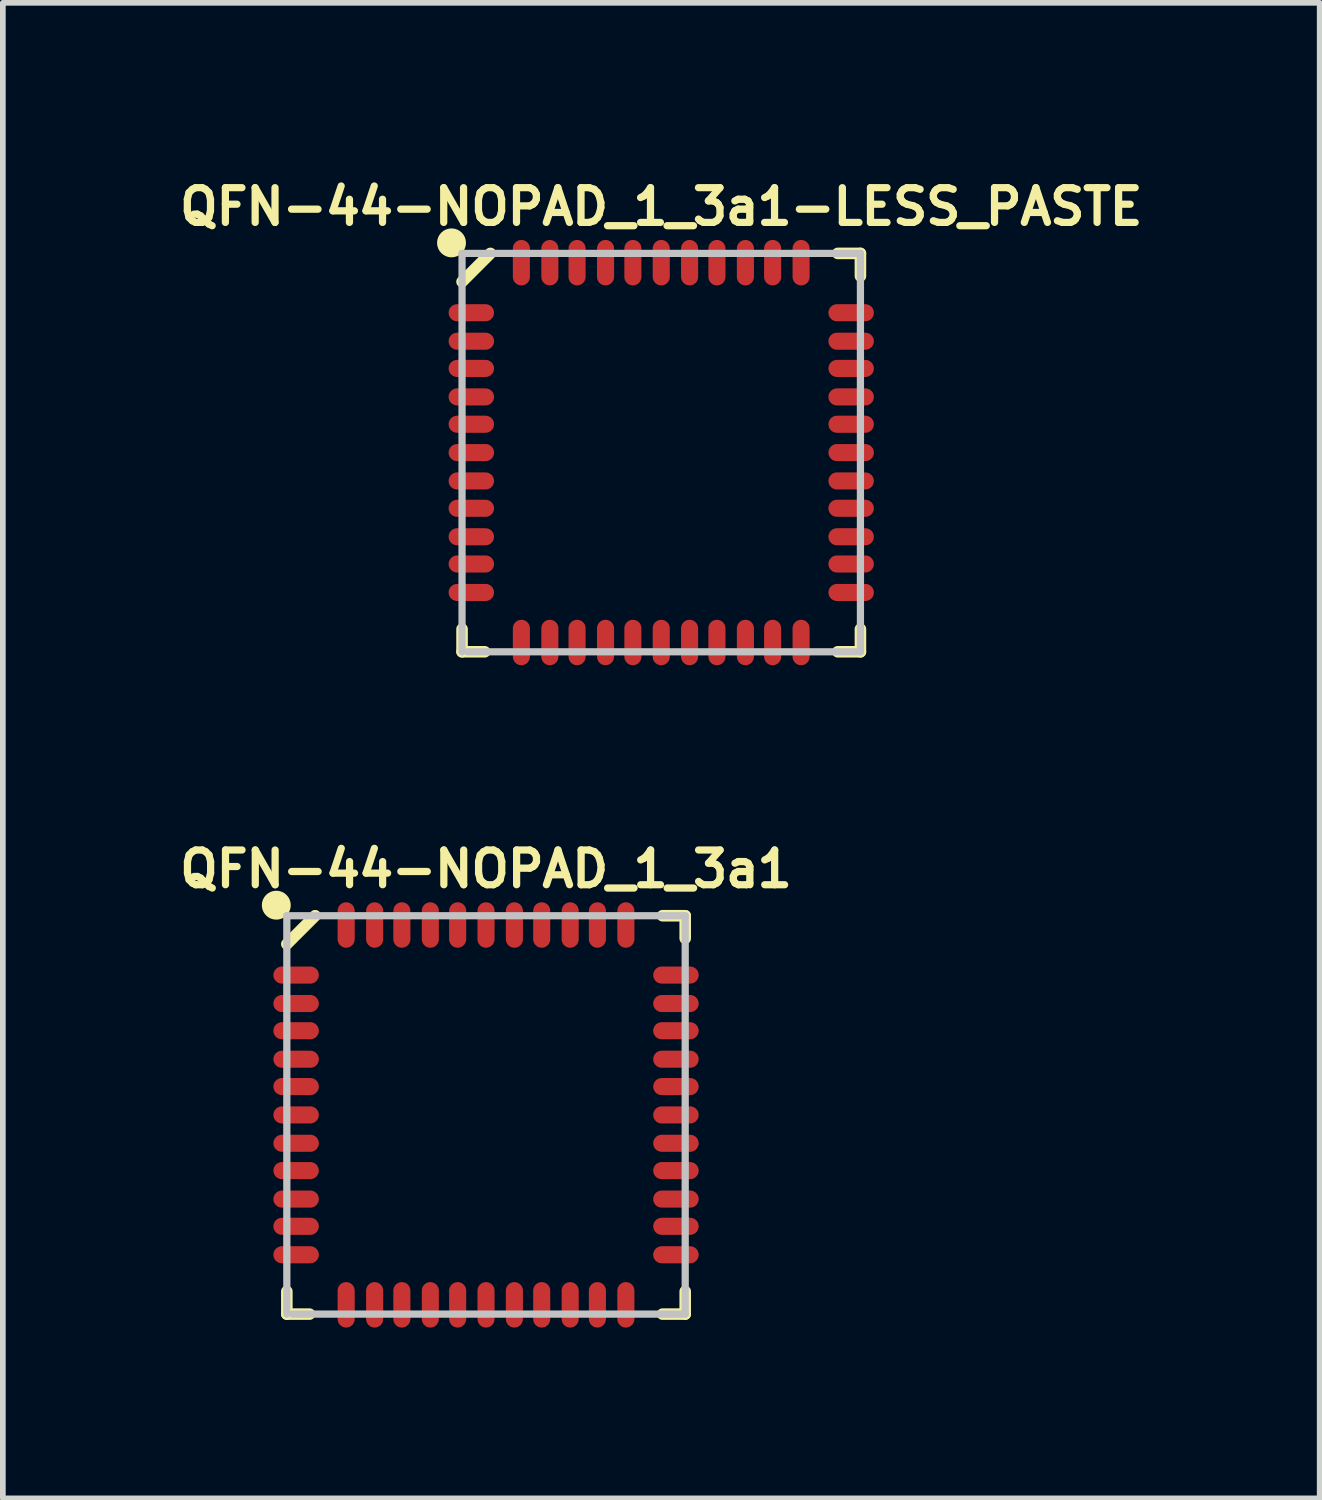
<source format=kicad_pcb>
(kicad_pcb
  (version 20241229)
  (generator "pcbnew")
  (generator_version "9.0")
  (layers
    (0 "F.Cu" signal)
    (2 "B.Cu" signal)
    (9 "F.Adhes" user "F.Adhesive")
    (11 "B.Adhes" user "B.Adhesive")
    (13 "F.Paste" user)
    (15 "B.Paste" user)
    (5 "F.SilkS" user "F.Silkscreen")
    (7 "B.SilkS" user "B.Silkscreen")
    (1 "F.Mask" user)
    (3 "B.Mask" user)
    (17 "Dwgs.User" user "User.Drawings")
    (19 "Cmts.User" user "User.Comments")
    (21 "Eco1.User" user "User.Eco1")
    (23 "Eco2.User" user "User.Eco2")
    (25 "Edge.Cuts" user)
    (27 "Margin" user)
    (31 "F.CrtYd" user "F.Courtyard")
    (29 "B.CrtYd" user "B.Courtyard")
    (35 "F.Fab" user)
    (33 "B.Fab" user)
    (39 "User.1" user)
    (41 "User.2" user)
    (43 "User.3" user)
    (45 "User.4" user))
  (footprint "QFN-44-NOPAD_1_3a1-LESS_PASTE"
    (layer "F.Cu")
    (at 8.562 4.898)
    (property "Reference" "QFN-44-NOPAD_1_3a1-LESS_PASTE" (at 0 -4.318 0) (layer "F.SilkS") (effects (font (size 0.61 0.61) (thickness 0.127))))
    (attr smd)
    (fp_line (start -3.498 3.498) (end -3.498 3.099) (stroke (width 0.203) (type solid)) (layer "F.SilkS"))
    (fp_line (start -3.099 3.498) (end -3.498 3.498) (stroke (width 0.203) (type solid)) (layer "F.SilkS"))
    (fp_line (start -3 -3.498) (end -3.498 -3) (stroke (width 0.203) (type solid)) (layer "F.SilkS"))
    (fp_line (start 3.099 3.498) (end 3.498 3.498) (stroke (width 0.203) (type solid)) (layer "F.SilkS"))
    (fp_line (start 3.498 -3.498) (end 3.099 -3.498) (stroke (width 0.203) (type solid)) (layer "F.SilkS"))
    (fp_line (start 3.498 -3.099) (end 3.498 -3.498) (stroke (width 0.203) (type solid)) (layer "F.SilkS"))
    (fp_line (start 3.498 3.099) (end 3.498 3.498) (stroke (width 0.203) (type solid)) (layer "F.SilkS"))
    (fp_circle (center -3.683 -3.683) (end -3.556 -3.683) (stroke (width 0.254) (type solid)) (fill no) (layer "F.SilkS"))
    (fp_line (start -3.498 -3.498) (end -3.498 3.498) (stroke (width 0.127) (type solid)) (layer "Dwgs.User"))
    (fp_line (start -3.399 3.498) (end 3.498 3.498) (stroke (width 0.127) (type solid)) (layer "Dwgs.User"))
    (fp_line (start 3.498 -3.498) (end -3.498 -3.498) (stroke (width 0.127) (type solid)) (layer "Dwgs.User"))
    (fp_line (start 3.498 3.498) (end 3.498 -3.498) (stroke (width 0.127) (type solid)) (layer "Dwgs.User"))
    (pad "1" smd oval (at -3.335 -2.456 180) (size 0.798 0.3) (layers "F.Cu" "F.Mask" "F.Paste"))
    (pad "2" smd oval (at -3.335 -1.956 180) (size 0.798 0.3) (layers "F.Cu" "F.Mask" "F.Paste"))
    (pad "3" smd oval (at -3.335 -1.478 180) (size 0.798 0.3) (layers "F.Cu" "F.Mask" "F.Paste"))
    (pad "4" smd oval (at -3.335 -0.978 180) (size 0.798 0.3) (layers "F.Cu" "F.Mask" "F.Paste"))
    (pad "5" smd oval (at -3.335 -0.498 180) (size 0.798 0.3) (layers "F.Cu" "F.Mask" "F.Paste"))
    (pad "6" smd oval (at -3.335 0 180) (size 0.798 0.3) (layers "F.Cu" "F.Mask" "F.Paste"))
    (pad "7" smd oval (at -3.335 0.498) (size 0.798 0.3) (layers "F.Cu" "F.Mask" "F.Paste"))
    (pad "8" smd oval (at -3.335 0.978) (size 0.798 0.3) (layers "F.Cu" "F.Mask" "F.Paste"))
    (pad "9" smd oval (at -3.335 1.478) (size 0.798 0.3) (layers "F.Cu" "F.Mask" "F.Paste"))
    (pad "10" smd oval (at -3.335 1.956) (size 0.798 0.3) (layers "F.Cu" "F.Mask" "F.Paste"))
    (pad "11" smd oval (at -3.335 2.456) (size 0.798 0.3) (layers "F.Cu" "F.Mask" "F.Paste"))
    (pad "12" smd oval (at -2.456 3.335 270) (size 0.798 0.3) (layers "F.Cu" "F.Mask" "F.Paste"))
    (pad "13" smd oval (at -1.956 3.335 270) (size 0.798 0.3) (layers "F.Cu" "F.Mask" "F.Paste"))
    (pad "14" smd oval (at -1.478 3.335 270) (size 0.798 0.3) (layers "F.Cu" "F.Mask" "F.Paste"))
    (pad "15" smd oval (at -0.978 3.335 270) (size 0.798 0.3) (layers "F.Cu" "F.Mask" "F.Paste"))
    (pad "16" smd oval (at -0.498 3.335 270) (size 0.798 0.3) (layers "F.Cu" "F.Mask" "F.Paste"))
    (pad "17" smd oval (at 0 3.335 270) (size 0.798 0.3) (layers "F.Cu" "F.Mask" "F.Paste"))
    (pad "18" smd oval (at 0.498 3.335 90) (size 0.798 0.3) (layers "F.Cu" "F.Mask" "F.Paste"))
    (pad "19" smd oval (at 0.978 3.335 90) (size 0.798 0.3) (layers "F.Cu" "F.Mask" "F.Paste"))
    (pad "20" smd oval (at 1.478 3.335 90) (size 0.798 0.3) (layers "F.Cu" "F.Mask" "F.Paste"))
    (pad "21" smd oval (at 1.956 3.335 90) (size 0.798 0.3) (layers "F.Cu" "F.Mask" "F.Paste"))
    (pad "22" smd oval (at 2.456 3.335 90) (size 0.798 0.3) (layers "F.Cu" "F.Mask" "F.Paste"))
    (pad "23" smd oval (at 3.335 2.456) (size 0.798 0.3) (layers "F.Cu" "F.Mask" "F.Paste"))
    (pad "24" smd oval (at 3.335 1.956) (size 0.798 0.3) (layers "F.Cu" "F.Mask" "F.Paste"))
    (pad "25" smd oval (at 3.335 1.478) (size 0.798 0.3) (layers "F.Cu" "F.Mask" "F.Paste"))
    (pad "26" smd oval (at 3.335 0.978) (size 0.798 0.3) (layers "F.Cu" "F.Mask" "F.Paste"))
    (pad "27" smd oval (at 3.335 0.498) (size 0.798 0.3) (layers "F.Cu" "F.Mask" "F.Paste"))
    (pad "28" smd oval (at 3.335 0) (size 0.798 0.3) (layers "F.Cu" "F.Mask" "F.Paste"))
    (pad "29" smd oval (at 3.335 -0.498 180) (size 0.798 0.3) (layers "F.Cu" "F.Mask" "F.Paste"))
    (pad "30" smd oval (at 3.335 -0.978 180) (size 0.798 0.3) (layers "F.Cu" "F.Mask" "F.Paste"))
    (pad "31" smd oval (at 3.335 -1.478 180) (size 0.798 0.3) (layers "F.Cu" "F.Mask" "F.Paste"))
    (pad "32" smd oval (at 3.335 -1.956 180) (size 0.798 0.3) (layers "F.Cu" "F.Mask" "F.Paste"))
    (pad "33" smd oval (at 3.335 -2.456 180) (size 0.798 0.3) (layers "F.Cu" "F.Mask" "F.Paste"))
    (pad "34" smd oval (at 2.456 -3.335 90) (size 0.798 0.3) (layers "F.Cu" "F.Mask" "F.Paste"))
    (pad "35" smd oval (at 1.956 -3.335 90) (size 0.798 0.3) (layers "F.Cu" "F.Mask" "F.Paste"))
    (pad "36" smd oval (at 1.478 -3.335 90) (size 0.798 0.3) (layers "F.Cu" "F.Mask" "F.Paste"))
    (pad "37" smd oval (at 0.978 -3.335 90) (size 0.798 0.3) (layers "F.Cu" "F.Mask" "F.Paste"))
    (pad "38" smd oval (at 0.498 -3.335 90) (size 0.798 0.3) (layers "F.Cu" "F.Mask" "F.Paste"))
    (pad "39" smd oval (at 0 -3.335 90) (size 0.798 0.3) (layers "F.Cu" "F.Mask" "F.Paste"))
    (pad "40" smd oval (at -0.498 -3.335 270) (size 0.798 0.3) (layers "F.Cu" "F.Mask" "F.Paste"))
    (pad "41" smd oval (at -0.978 -3.335 270) (size 0.798 0.3) (layers "F.Cu" "F.Mask" "F.Paste"))
    (pad "42" smd oval (at -1.478 -3.335 270) (size 0.798 0.3) (layers "F.Cu" "F.Mask" "F.Paste"))
    (pad "43" smd oval (at -1.956 -3.335 270) (size 0.798 0.3) (layers "F.Cu" "F.Mask" "F.Paste"))
    (pad "44" smd oval (at -2.456 -3.335 270) (size 0.798 0.3) (layers "F.Cu" "F.Mask" "F.Paste")))
  (footprint "QFN-44-NOPAD_1_3a1"
    (layer "F.Cu")
    (at 5.485 16.529)
    (property "Reference" "QFN-44-NOPAD_1_3a1" (at 0 -4.318 0) (layer "F.SilkS") (effects (font (size 0.61 0.61) (thickness 0.127))))
    (attr smd)
    (fp_line (start -3.498 3.498) (end -3.498 3.099) (stroke (width 0.203) (type solid)) (layer "F.SilkS"))
    (fp_line (start -3.099 3.498) (end -3.498 3.498) (stroke (width 0.203) (type solid)) (layer "F.SilkS"))
    (fp_line (start -3 -3.498) (end -3.498 -3) (stroke (width 0.203) (type solid)) (layer "F.SilkS"))
    (fp_line (start 3.099 3.498) (end 3.498 3.498) (stroke (width 0.203) (type solid)) (layer "F.SilkS"))
    (fp_line (start 3.498 -3.498) (end 3.099 -3.498) (stroke (width 0.203) (type solid)) (layer "F.SilkS"))
    (fp_line (start 3.498 -3.099) (end 3.498 -3.498) (stroke (width 0.203) (type solid)) (layer "F.SilkS"))
    (fp_line (start 3.498 3.099) (end 3.498 3.498) (stroke (width 0.203) (type solid)) (layer "F.SilkS"))
    (fp_circle (center -3.683 -3.683) (end -3.556 -3.683) (stroke (width 0.254) (type solid)) (fill no) (layer "F.SilkS"))
    (fp_line (start -3.498 -3.498) (end -3.498 3.498) (stroke (width 0.127) (type solid)) (layer "Dwgs.User"))
    (fp_line (start -3.399 3.498) (end 3.498 3.498) (stroke (width 0.127) (type solid)) (layer "Dwgs.User"))
    (fp_line (start 3.498 -3.498) (end -3.498 -3.498) (stroke (width 0.127) (type solid)) (layer "Dwgs.User"))
    (fp_line (start 3.498 3.498) (end 3.498 -3.498) (stroke (width 0.127) (type solid)) (layer "Dwgs.User"))
    (pad "1" smd oval (at -3.335 -2.456 180) (size 0.798 0.3) (layers "F.Cu" "F.Mask" "F.Paste"))
    (pad "2" smd oval (at -3.335 -1.956 180) (size 0.798 0.3) (layers "F.Cu" "F.Mask" "F.Paste"))
    (pad "3" smd oval (at -3.335 -1.478 180) (size 0.798 0.3) (layers "F.Cu" "F.Mask" "F.Paste"))
    (pad "4" smd oval (at -3.335 -0.978 180) (size 0.798 0.3) (layers "F.Cu" "F.Mask" "F.Paste"))
    (pad "5" smd oval (at -3.335 -0.498 180) (size 0.798 0.3) (layers "F.Cu" "F.Mask" "F.Paste"))
    (pad "6" smd oval (at -3.335 0 180) (size 0.798 0.3) (layers "F.Cu" "F.Mask" "F.Paste"))
    (pad "7" smd oval (at -3.335 0.498) (size 0.798 0.3) (layers "F.Cu" "F.Mask" "F.Paste"))
    (pad "8" smd oval (at -3.335 0.978) (size 0.798 0.3) (layers "F.Cu" "F.Mask" "F.Paste"))
    (pad "9" smd oval (at -3.335 1.478) (size 0.798 0.3) (layers "F.Cu" "F.Mask" "F.Paste"))
    (pad "10" smd oval (at -3.335 1.956) (size 0.798 0.3) (layers "F.Cu" "F.Mask" "F.Paste"))
    (pad "11" smd oval (at -3.335 2.456) (size 0.798 0.3) (layers "F.Cu" "F.Mask" "F.Paste"))
    (pad "12" smd oval (at -2.456 3.335 270) (size 0.798 0.3) (layers "F.Cu" "F.Mask" "F.Paste"))
    (pad "13" smd oval (at -1.956 3.335 270) (size 0.798 0.3) (layers "F.Cu" "F.Mask" "F.Paste"))
    (pad "14" smd oval (at -1.478 3.335 270) (size 0.798 0.3) (layers "F.Cu" "F.Mask" "F.Paste"))
    (pad "15" smd oval (at -0.978 3.335 270) (size 0.798 0.3) (layers "F.Cu" "F.Mask" "F.Paste"))
    (pad "16" smd oval (at -0.498 3.335 270) (size 0.798 0.3) (layers "F.Cu" "F.Mask" "F.Paste"))
    (pad "17" smd oval (at 0 3.335 270) (size 0.798 0.3) (layers "F.Cu" "F.Mask" "F.Paste"))
    (pad "18" smd oval (at 0.498 3.335 90) (size 0.798 0.3) (layers "F.Cu" "F.Mask" "F.Paste"))
    (pad "19" smd oval (at 0.978 3.335 90) (size 0.798 0.3) (layers "F.Cu" "F.Mask" "F.Paste"))
    (pad "20" smd oval (at 1.478 3.335 90) (size 0.798 0.3) (layers "F.Cu" "F.Mask" "F.Paste"))
    (pad "21" smd oval (at 1.956 3.335 90) (size 0.798 0.3) (layers "F.Cu" "F.Mask" "F.Paste"))
    (pad "22" smd oval (at 2.456 3.335 90) (size 0.798 0.3) (layers "F.Cu" "F.Mask" "F.Paste"))
    (pad "23" smd oval (at 3.335 2.456) (size 0.798 0.3) (layers "F.Cu" "F.Mask" "F.Paste"))
    (pad "24" smd oval (at 3.335 1.956) (size 0.798 0.3) (layers "F.Cu" "F.Mask" "F.Paste"))
    (pad "25" smd oval (at 3.335 1.478) (size 0.798 0.3) (layers "F.Cu" "F.Mask" "F.Paste"))
    (pad "26" smd oval (at 3.335 0.978) (size 0.798 0.3) (layers "F.Cu" "F.Mask" "F.Paste"))
    (pad "27" smd oval (at 3.335 0.498) (size 0.798 0.3) (layers "F.Cu" "F.Mask" "F.Paste"))
    (pad "28" smd oval (at 3.335 0) (size 0.798 0.3) (layers "F.Cu" "F.Mask" "F.Paste"))
    (pad "29" smd oval (at 3.335 -0.498 180) (size 0.798 0.3) (layers "F.Cu" "F.Mask" "F.Paste"))
    (pad "30" smd oval (at 3.335 -0.978 180) (size 0.798 0.3) (layers "F.Cu" "F.Mask" "F.Paste"))
    (pad "31" smd oval (at 3.335 -1.478 180) (size 0.798 0.3) (layers "F.Cu" "F.Mask" "F.Paste"))
    (pad "32" smd oval (at 3.335 -1.956 180) (size 0.798 0.3) (layers "F.Cu" "F.Mask" "F.Paste"))
    (pad "33" smd oval (at 3.335 -2.456 180) (size 0.798 0.3) (layers "F.Cu" "F.Mask" "F.Paste"))
    (pad "34" smd oval (at 2.456 -3.335 90) (size 0.798 0.3) (layers "F.Cu" "F.Mask" "F.Paste"))
    (pad "35" smd oval (at 1.956 -3.335 90) (size 0.798 0.3) (layers "F.Cu" "F.Mask" "F.Paste"))
    (pad "36" smd oval (at 1.478 -3.335 90) (size 0.798 0.3) (layers "F.Cu" "F.Mask" "F.Paste"))
    (pad "37" smd oval (at 0.978 -3.335 90) (size 0.798 0.3) (layers "F.Cu" "F.Mask" "F.Paste"))
    (pad "38" smd oval (at 0.498 -3.335 90) (size 0.798 0.3) (layers "F.Cu" "F.Mask" "F.Paste"))
    (pad "39" smd oval (at 0 -3.335 90) (size 0.798 0.3) (layers "F.Cu" "F.Mask" "F.Paste"))
    (pad "40" smd oval (at -0.498 -3.335 270) (size 0.798 0.3) (layers "F.Cu" "F.Mask" "F.Paste"))
    (pad "41" smd oval (at -0.978 -3.335 270) (size 0.798 0.3) (layers "F.Cu" "F.Mask" "F.Paste"))
    (pad "42" smd oval (at -1.478 -3.335 270) (size 0.798 0.3) (layers "F.Cu" "F.Mask" "F.Paste"))
    (pad "43" smd oval (at -1.956 -3.335 270) (size 0.798 0.3) (layers "F.Cu" "F.Mask" "F.Paste"))
    (pad "44" smd oval (at -2.456 -3.335 270) (size 0.798 0.3) (layers "F.Cu" "F.Mask" "F.Paste")))
  (gr_rect
    (start -3 -3)
    (end 20.125 23.263)
    (stroke (width 0.1) (type default))
    (fill no)
    (layer "Edge.Cuts")))
</source>
